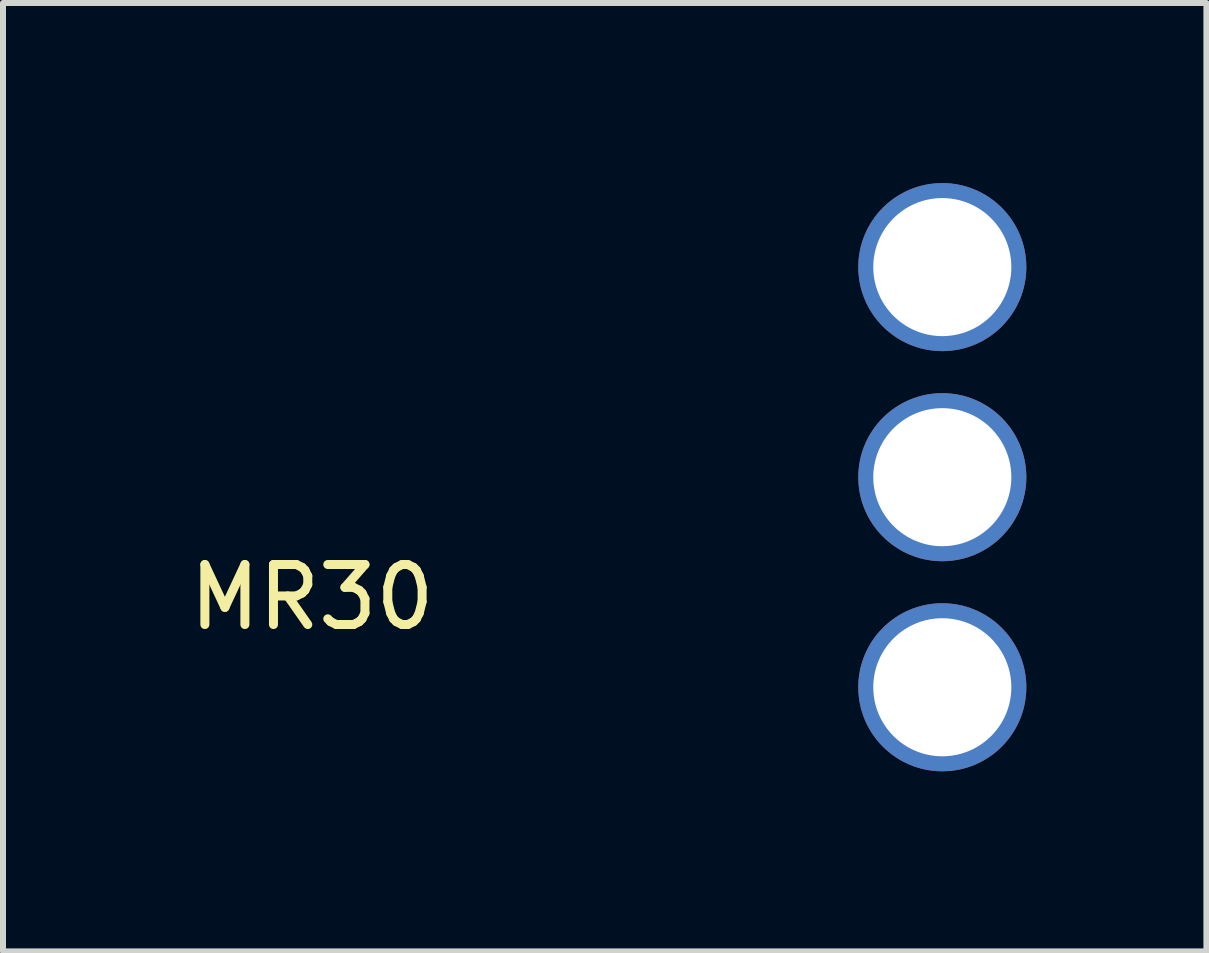
<source format=kicad_pcb>
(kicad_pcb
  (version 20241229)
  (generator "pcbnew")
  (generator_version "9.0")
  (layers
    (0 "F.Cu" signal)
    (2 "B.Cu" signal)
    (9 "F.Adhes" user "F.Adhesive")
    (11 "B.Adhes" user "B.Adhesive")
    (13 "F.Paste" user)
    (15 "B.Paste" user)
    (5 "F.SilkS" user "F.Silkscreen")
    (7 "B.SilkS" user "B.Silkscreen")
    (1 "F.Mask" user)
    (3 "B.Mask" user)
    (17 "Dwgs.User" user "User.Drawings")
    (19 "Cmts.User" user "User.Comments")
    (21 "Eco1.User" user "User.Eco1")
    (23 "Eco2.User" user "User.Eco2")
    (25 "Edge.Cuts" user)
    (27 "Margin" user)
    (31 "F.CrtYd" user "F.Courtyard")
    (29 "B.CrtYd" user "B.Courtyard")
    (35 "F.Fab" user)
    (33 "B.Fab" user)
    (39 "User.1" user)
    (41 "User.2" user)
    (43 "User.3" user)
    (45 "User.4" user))
  (footprint "MR30"
    (layer "F.Cu")
    (at 12.649 4.9)
    (property "Reference" "MR30" (at -10.5 2 0) (layer "F.SilkS") (effects (font (size 1 1) (thickness 0.15))))
    (attr through_hole)
    (pad "1" thru_hole circle (at 0 3.5) (size 2.8 2.8) (drill 2.3) (layers "*.Cu" "*.Mask"))
    (pad "2" thru_hole circle (at 0 0) (size 2.8 2.8) (drill 2.3) (layers "*.Cu" "*.Mask"))
    (pad "3" thru_hole circle (at 0 -3.5) (size 2.8 2.8) (drill 2.3) (layers "*.Cu" "*.Mask")))
  (gr_rect
    (start -3 -3)
    (end 17.049 12.8)
    (stroke (width 0.1) (type default))
    (fill no)
    (layer "Edge.Cuts")))
</source>
